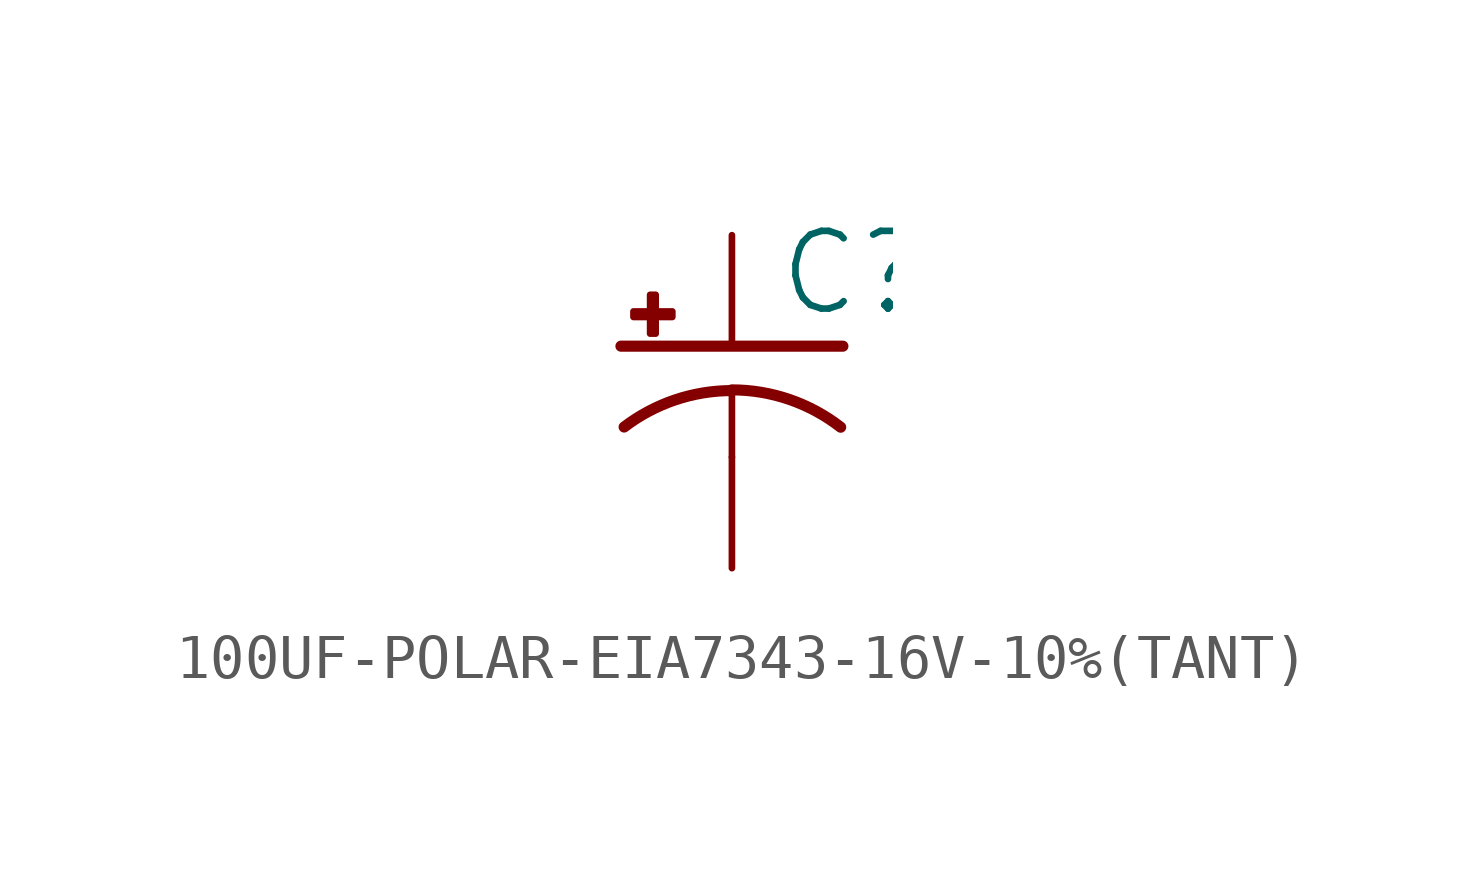
<source format=kicad_sym>
(kicad_symbol_lib
  (version 20220914)
  (generator kicad_symbol_editor)
  (symbol "100UF-POLAR-EIA7343-16V-10%(TANT)"
    (property "Reference" "C"
      (at 1.016 0.635 0)
      (effects (font (size 1.778 1.778)) (justify left bottom)))
    (property "Value" ""
      (at 1.016 -4.191 0)
      (effects (font (size 1.778 1.778)) (justify left bottom)))
    (property "ki_locked" ""
      (at 0 0 0)
      (effects (font (size 1.27 1.27))))
    (symbol "100UF-POLAR-EIA7343-16V-10%(TANT)_1_0"
      (rectangle (start -2.253 0.668) (end -1.364 0.795) (stroke (width 0) (type default)) (fill (type outline)))
      (rectangle (start -1.872 0.287) (end -1.745 1.176) (stroke (width 0) (type default)) (fill (type outline)))
      (arc (start 0 -1.0161) (mid -1.3021 -1.2303) (end -2.4669 -1.8504) (stroke (width 0.254) (type solid)) (fill (type none)))
      (polyline (pts (xy -2.54 0) (xy 2.54 0)) (stroke (width 0.254) (type solid)) (fill (type none)))
      (polyline (pts (xy 0 -1.016) (xy 0 -2.54)) (stroke (width 0.152) (type solid)) (fill (type none)))
      (arc (start 2.4892 -1.8541) (mid 1.3158 -1.2194) (end 0 -1) (stroke (width 0.254) (type solid)) (fill (type none)))
      (pin passive line (at 0 2.54 270) (length 2.54) (name "+" (effects (font (size 0 0)))) (number "A" (effects (font (size 0 0)))))
      (pin passive line (at 0 -5.08 90) (length 2.54) (name "-" (effects (font (size 0 0)))) (number "C" (effects (font (size 0 0))))))))
</source>
